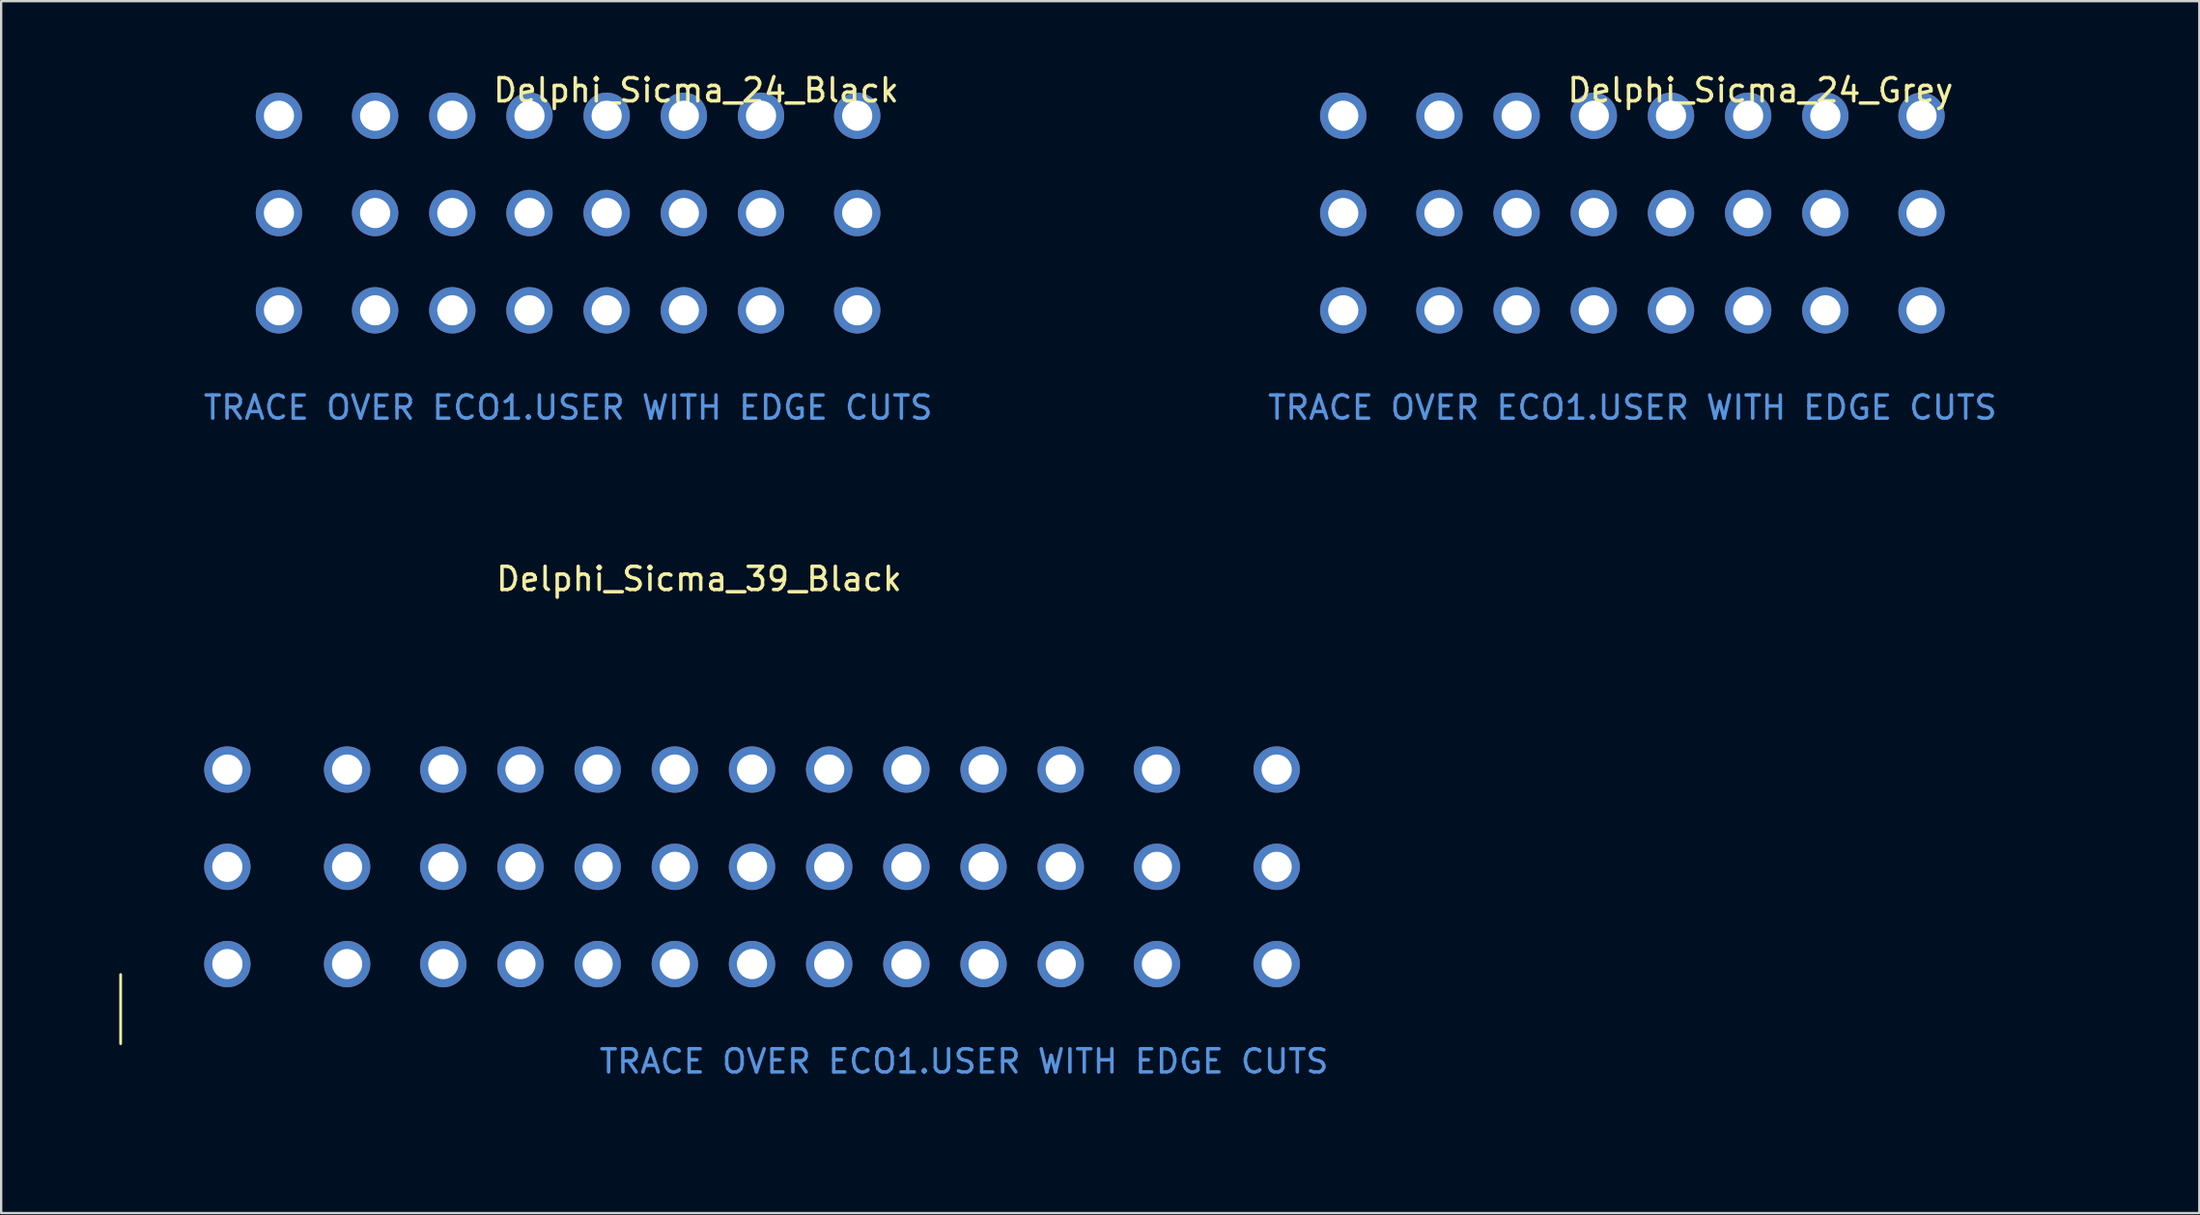
<source format=kicad_pcb>
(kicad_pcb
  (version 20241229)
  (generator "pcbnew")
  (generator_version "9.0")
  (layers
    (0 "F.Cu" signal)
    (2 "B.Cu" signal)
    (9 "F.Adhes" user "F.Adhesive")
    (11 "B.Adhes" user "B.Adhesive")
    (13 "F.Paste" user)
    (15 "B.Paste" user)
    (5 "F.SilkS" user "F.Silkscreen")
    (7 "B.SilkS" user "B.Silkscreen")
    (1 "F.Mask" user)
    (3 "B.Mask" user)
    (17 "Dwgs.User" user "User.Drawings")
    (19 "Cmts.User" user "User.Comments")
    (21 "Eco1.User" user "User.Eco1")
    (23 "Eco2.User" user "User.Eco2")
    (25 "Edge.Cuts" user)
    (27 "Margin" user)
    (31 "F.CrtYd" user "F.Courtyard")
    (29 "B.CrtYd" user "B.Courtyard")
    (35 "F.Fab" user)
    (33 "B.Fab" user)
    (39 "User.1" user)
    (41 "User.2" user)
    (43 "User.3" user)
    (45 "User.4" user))
  (footprint "Delphi_Sicma_39_Black"
    (layer "F.Cu")
    (at 38.541 46.077)
    (property "Reference" "Delphi_Sicma_39_Black" (at -11.43 -24.13 0) (layer "F.SilkS") (effects (font (size 1 1) (thickness 0.15))))
    (attr through_hole)
    (fp_line (start -36.386 -7.048) (end -36.386 -4.064) (stroke (width 0.12) (type solid)) (layer "F.SilkS"))
    (fp_line (start -38.481 -12.418) (end -38.481 -7.418) (stroke (width 0.12) (type solid)) (layer "Eco1.User"))
    (fp_line (start -38.481 -7.418) (end -36.282 -7.418) (stroke (width 0.12) (type solid)) (layer "Eco1.User"))
    (fp_line (start -36.282 -12.418) (end -38.481 -12.418) (stroke (width 0.12) (type solid)) (layer "Eco1.User"))
    (fp_line (start -36.282 -7.418) (end -36.282 -12.418) (stroke (width 0.12) (type solid)) (layer "Eco1.User"))
    (fp_line (start -21.4 0) (end -17 0) (stroke (width 0.12) (type solid)) (layer "Eco1.User"))
    (fp_line (start -17 -2.2) (end -17 0) (stroke (width 0.12) (type solid)) (layer "Eco1.User"))
    (fp_line (start -15 -2.2) (end -17 -2.2) (stroke (width 0.12) (type solid)) (layer "Eco1.User"))
    (fp_line (start -15 0) (end -15 -2.2) (stroke (width 0.12) (type solid)) (layer "Eco1.User"))
    (fp_line (start -15 0) (end 21.4 0) (stroke (width 0.12) (type solid)) (layer "Eco1.User"))
    (fp_line (start 19.327 -11.235) (end 19.327 -7.735) (stroke (width 0.12) (type solid)) (layer "Eco1.User"))
    (fp_line (start 19.327 -7.735) (end 21.527 -7.735) (stroke (width 0.12) (type solid)) (layer "Eco1.User"))
    (fp_line (start 21.527 -11.235) (end 19.327 -11.235) (stroke (width 0.12) (type solid)) (layer "Eco1.User"))
    (fp_line (start 21.527 -7.735) (end 21.527 -11.235) (stroke (width 0.12) (type solid)) (layer "Eco1.User"))
    (fp_text user "TRACE OVER ECO1.USER WITH EDGE CUTS" (at 0 -3.3 0) (layer "Cmts.User") (effects (font (size 1 1) (thickness 0.15))))
    (pad "A1" thru_hole circle (at 13.491 -15.9) (size 2 2) (drill 1.3) (layers "*.Cu" "*.Mask"))
    (pad "A2" thru_hole circle (at 8.325 -15.9) (size 2 2) (drill 1.3) (layers "*.Cu" "*.Mask"))
    (pad "A3" thru_hole circle (at 4.175 -15.9) (size 2 2) (drill 1.3) (layers "*.Cu" "*.Mask"))
    (pad "A4" thru_hole circle (at 0.845 -15.9) (size 2 2) (drill 1.3) (layers "*.Cu" "*.Mask"))
    (pad "A5" thru_hole circle (at -2.485 -15.9) (size 2 2) (drill 1.3) (layers "*.Cu" "*.Mask"))
    (pad "A6" thru_hole circle (at -5.815 -15.9) (size 2 2) (drill 1.3) (layers "*.Cu" "*.Mask"))
    (pad "A7" thru_hole circle (at -9.145 -15.9) (size 2 2) (drill 1.3) (layers "*.Cu" "*.Mask"))
    (pad "A8" thru_hole circle (at -12.475 -15.9) (size 2 2) (drill 1.3) (layers "*.Cu" "*.Mask"))
    (pad "A9" thru_hole circle (at -15.805 -15.9) (size 2 2) (drill 1.3) (layers "*.Cu" "*.Mask"))
    (pad "A10" thru_hole circle (at -19.135 -15.9) (size 2 2) (drill 1.3) (layers "*.Cu" "*.Mask"))
    (pad "A11" thru_hole circle (at -22.465 -15.9) (size 2 2) (drill 1.3) (layers "*.Cu" "*.Mask"))
    (pad "A12" thru_hole circle (at -26.615 -15.9) (size 2 2) (drill 1.3) (layers "*.Cu" "*.Mask"))
    (pad "A13" thru_hole circle (at -31.781 -15.9) (size 2 2) (drill 1.3) (layers "*.Cu" "*.Mask"))
    (pad "B1" thru_hole circle (at 13.491 -11.7) (size 2 2) (drill 1.3) (layers "*.Cu" "*.Mask"))
    (pad "B2" thru_hole circle (at 8.325 -11.7) (size 2 2) (drill 1.3) (layers "*.Cu" "*.Mask"))
    (pad "B3" thru_hole circle (at 4.175 -11.7) (size 2 2) (drill 1.3) (layers "*.Cu" "*.Mask"))
    (pad "B4" thru_hole circle (at 0.845 -11.7) (size 2 2) (drill 1.3) (layers "*.Cu" "*.Mask"))
    (pad "B5" thru_hole circle (at -2.485 -11.7) (size 2 2) (drill 1.3) (layers "*.Cu" "*.Mask"))
    (pad "B6" thru_hole circle (at -5.815 -11.7) (size 2 2) (drill 1.3) (layers "*.Cu" "*.Mask"))
    (pad "B7" thru_hole circle (at -9.145 -11.7) (size 2 2) (drill 1.3) (layers "*.Cu" "*.Mask"))
    (pad "B8" thru_hole circle (at -12.475 -11.7) (size 2 2) (drill 1.3) (layers "*.Cu" "*.Mask"))
    (pad "B9" thru_hole circle (at -15.805 -11.7) (size 2 2) (drill 1.3) (layers "*.Cu" "*.Mask"))
    (pad "B10" thru_hole circle (at -19.135 -11.7) (size 2 2) (drill 1.3) (layers "*.Cu" "*.Mask"))
    (pad "B11" thru_hole circle (at -22.465 -11.7) (size 2 2) (drill 1.3) (layers "*.Cu" "*.Mask"))
    (pad "B12" thru_hole circle (at -26.615 -11.7) (size 2 2) (drill 1.3) (layers "*.Cu" "*.Mask"))
    (pad "B13" thru_hole circle (at -31.781 -11.7) (size 2 2) (drill 1.3) (layers "*.Cu" "*.Mask"))
    (pad "C1" thru_hole circle (at 13.491 -7.5) (size 2 2) (drill 1.3) (layers "*.Cu" "*.Mask"))
    (pad "C2" thru_hole circle (at 8.325 -7.5) (size 2 2) (drill 1.3) (layers "*.Cu" "*.Mask"))
    (pad "C3" thru_hole circle (at 4.175 -7.5) (size 2 2) (drill 1.3) (layers "*.Cu" "*.Mask"))
    (pad "C4" thru_hole circle (at 0.845 -7.5) (size 2 2) (drill 1.3) (layers "*.Cu" "*.Mask"))
    (pad "C5" thru_hole circle (at -2.485 -7.5) (size 2 2) (drill 1.3) (layers "*.Cu" "*.Mask"))
    (pad "C6" thru_hole circle (at -5.815 -7.5) (size 2 2) (drill 1.3) (layers "*.Cu" "*.Mask"))
    (pad "C7" thru_hole circle (at -9.145 -7.5) (size 2 2) (drill 1.3) (layers "*.Cu" "*.Mask"))
    (pad "C8" thru_hole circle (at -12.475 -7.5) (size 2 2) (drill 1.3) (layers "*.Cu" "*.Mask"))
    (pad "C9" thru_hole circle (at -15.805 -7.5) (size 2 2) (drill 1.3) (layers "*.Cu" "*.Mask"))
    (pad "C10" thru_hole circle (at -19.135 -7.5) (size 2 2) (drill 1.3) (layers "*.Cu" "*.Mask"))
    (pad "C11" thru_hole circle (at -22.465 -7.5) (size 2 2) (drill 1.3) (layers "*.Cu" "*.Mask"))
    (pad "C12" thru_hole circle (at -26.615 -7.5) (size 2 2) (drill 1.3) (layers "*.Cu" "*.Mask"))
    (pad "C13" thru_hole circle (at -31.781 -7.5) (size 2 2) (drill 1.3) (layers "*.Cu" "*.Mask")))
  (footprint "Delphi_Sicma_24_Grey"
    (layer "F.Cu")
    (at 67.38 17.848)
    (property "Reference" "Delphi_Sicma_24_Grey" (at 5.525 -17 0) (layer "F.SilkS") (effects (font (size 1 1) (thickness 0.15))))
    (attr through_hole)
    (fp_line (start -21.4 -10.6) (end -21.4 -7.1) (stroke (width 0.12) (type solid)) (layer "Eco1.User"))
    (fp_line (start -21.4 -7.1) (end -19.2 -7.1) (stroke (width 0.12) (type solid)) (layer "Eco1.User"))
    (fp_line (start -19.2 -10.6) (end -21.4 -10.6) (stroke (width 0.12) (type solid)) (layer "Eco1.User"))
    (fp_line (start -19.2 -7.1) (end -19.2 -10.6) (stroke (width 0.12) (type solid)) (layer "Eco1.User"))
    (fp_line (start 15 -2.2) (end 17 -2.2) (stroke (width 0.12) (type solid)) (layer "Eco1.User"))
    (fp_line (start 15 0) (end -21.4 0) (stroke (width 0.12) (type solid)) (layer "Eco1.User"))
    (fp_line (start 15 0) (end 15 -2.2) (stroke (width 0.12) (type solid)) (layer "Eco1.User"))
    (fp_line (start 17 -2.2) (end 17 0) (stroke (width 0.12) (type solid)) (layer "Eco1.User"))
    (fp_line (start 19.2 -12.1) (end 19.2 -7.1) (stroke (width 0.12) (type solid)) (layer "Eco1.User"))
    (fp_line (start 19.2 -7.1) (end 21.4 -7.1) (stroke (width 0.12) (type solid)) (layer "Eco1.User"))
    (fp_line (start 21.4 -12.1) (end 19.2 -12.1) (stroke (width 0.12) (type solid)) (layer "Eco1.User"))
    (fp_line (start 21.4 -7.1) (end 21.4 -12.1) (stroke (width 0.12) (type solid)) (layer "Eco1.User"))
    (fp_line (start 21.4 0) (end 17 0) (stroke (width 0.12) (type solid)) (layer "Eco1.User"))
    (fp_text user "TRACE OVER ECO1.USER WITH EDGE CUTS" (at 0 -3.3 0) (layer "Cmts.User") (effects (font (size 1 1) (thickness 0.15))))
    (pad "A1" thru_hole circle (at 12.475 -15.9) (size 2 2) (drill 1.3) (layers "*.Cu" "*.Mask"))
    (pad "A2" thru_hole circle (at 8.325 -15.9) (size 2 2) (drill 1.3) (layers "*.Cu" "*.Mask"))
    (pad "A3" thru_hole circle (at 4.995 -15.9) (size 2 2) (drill 1.3) (layers "*.Cu" "*.Mask"))
    (pad "A4" thru_hole circle (at 1.665 -15.9) (size 2 2) (drill 1.3) (layers "*.Cu" "*.Mask"))
    (pad "A5" thru_hole circle (at -1.665 -15.9) (size 2 2) (drill 1.3) (layers "*.Cu" "*.Mask"))
    (pad "A6" thru_hole circle (at -4.995 -15.9) (size 2 2) (drill 1.3) (layers "*.Cu" "*.Mask"))
    (pad "A7" thru_hole circle (at -8.325 -15.9) (size 2 2) (drill 1.3) (layers "*.Cu" "*.Mask"))
    (pad "A8" thru_hole circle (at -12.475 -15.9) (size 2 2) (drill 1.3) (layers "*.Cu" "*.Mask"))
    (pad "B1" thru_hole circle (at 12.475 -11.7) (size 2 2) (drill 1.3) (layers "*.Cu" "*.Mask"))
    (pad "B2" thru_hole circle (at 8.325 -11.7) (size 2 2) (drill 1.3) (layers "*.Cu" "*.Mask"))
    (pad "B3" thru_hole circle (at 4.995 -11.7) (size 2 2) (drill 1.3) (layers "*.Cu" "*.Mask"))
    (pad "B4" thru_hole circle (at 1.665 -11.7) (size 2 2) (drill 1.3) (layers "*.Cu" "*.Mask"))
    (pad "B5" thru_hole circle (at -1.665 -11.7) (size 2 2) (drill 1.3) (layers "*.Cu" "*.Mask"))
    (pad "B6" thru_hole circle (at -4.995 -11.7) (size 2 2) (drill 1.3) (layers "*.Cu" "*.Mask"))
    (pad "B7" thru_hole circle (at -8.325 -11.7) (size 2 2) (drill 1.3) (layers "*.Cu" "*.Mask"))
    (pad "B8" thru_hole circle (at -12.475 -11.7) (size 2 2) (drill 1.3) (layers "*.Cu" "*.Mask"))
    (pad "C1" thru_hole circle (at 12.475 -7.5) (size 2 2) (drill 1.3) (layers "*.Cu" "*.Mask"))
    (pad "C2" thru_hole circle (at 8.325 -7.5) (size 2 2) (drill 1.3) (layers "*.Cu" "*.Mask"))
    (pad "C3" thru_hole circle (at 4.995 -7.5) (size 2 2) (drill 1.3) (layers "*.Cu" "*.Mask"))
    (pad "C4" thru_hole circle (at 1.665 -7.5) (size 2 2) (drill 1.3) (layers "*.Cu" "*.Mask"))
    (pad "C5" thru_hole circle (at -1.665 -7.5) (size 2 2) (drill 1.3) (layers "*.Cu" "*.Mask"))
    (pad "C6" thru_hole circle (at -4.995 -7.5) (size 2 2) (drill 1.3) (layers "*.Cu" "*.Mask"))
    (pad "C7" thru_hole circle (at -8.325 -7.5) (size 2 2) (drill 1.3) (layers "*.Cu" "*.Mask"))
    (pad "C8" thru_hole circle (at -12.475 -7.5) (size 2 2) (drill 1.3) (layers "*.Cu" "*.Mask")))
  (footprint "Delphi_Sicma_24_Black"
    (layer "F.Cu")
    (at 21.46 17.848)
    (property "Reference" "Delphi_Sicma_24_Black" (at 5.525 -17 0) (layer "F.SilkS") (effects (font (size 1 1) (thickness 0.15))))
    (attr through_hole)
    (fp_line (start -21.4 -12.1) (end -21.4 -7.1) (stroke (width 0.12) (type solid)) (layer "Eco1.User"))
    (fp_line (start -21.4 -7.1) (end -19.2 -7.1) (stroke (width 0.12) (type solid)) (layer "Eco1.User"))
    (fp_line (start -21.4 0) (end -17 0) (stroke (width 0.12) (type solid)) (layer "Eco1.User"))
    (fp_line (start -19.2 -12.1) (end -21.4 -12.1) (stroke (width 0.12) (type solid)) (layer "Eco1.User"))
    (fp_line (start -19.2 -7.1) (end -19.2 -12.1) (stroke (width 0.12) (type solid)) (layer "Eco1.User"))
    (fp_line (start -17 -2.2) (end -17 0) (stroke (width 0.12) (type solid)) (layer "Eco1.User"))
    (fp_line (start -15 -2.2) (end -17 -2.2) (stroke (width 0.12) (type solid)) (layer "Eco1.User"))
    (fp_line (start -15 0) (end -15 -2.2) (stroke (width 0.12) (type solid)) (layer "Eco1.User"))
    (fp_line (start -15 0) (end 21.4 0) (stroke (width 0.12) (type solid)) (layer "Eco1.User"))
    (fp_line (start 19.2 -10.6) (end 19.2 -7.1) (stroke (width 0.12) (type solid)) (layer "Eco1.User"))
    (fp_line (start 19.2 -7.1) (end 21.4 -7.1) (stroke (width 0.12) (type solid)) (layer "Eco1.User"))
    (fp_line (start 21.4 -10.6) (end 19.2 -10.6) (stroke (width 0.12) (type solid)) (layer "Eco1.User"))
    (fp_line (start 21.4 -7.1) (end 21.4 -10.6) (stroke (width 0.12) (type solid)) (layer "Eco1.User"))
    (fp_text user "TRACE OVER ECO1.USER WITH EDGE CUTS" (at 0 -3.3 0) (layer "Cmts.User") (effects (font (size 1 1) (thickness 0.15))))
    (pad "A1" thru_hole circle (at 12.475 -15.9) (size 2 2) (drill 1.3) (layers "*.Cu" "*.Mask"))
    (pad "A2" thru_hole circle (at 8.325 -15.9) (size 2 2) (drill 1.3) (layers "*.Cu" "*.Mask"))
    (pad "A3" thru_hole circle (at 4.995 -15.9) (size 2 2) (drill 1.3) (layers "*.Cu" "*.Mask"))
    (pad "A4" thru_hole circle (at 1.665 -15.9) (size 2 2) (drill 1.3) (layers "*.Cu" "*.Mask"))
    (pad "A5" thru_hole circle (at -1.665 -15.9) (size 2 2) (drill 1.3) (layers "*.Cu" "*.Mask"))
    (pad "A6" thru_hole circle (at -4.995 -15.9) (size 2 2) (drill 1.3) (layers "*.Cu" "*.Mask"))
    (pad "A7" thru_hole circle (at -8.325 -15.9) (size 2 2) (drill 1.3) (layers "*.Cu" "*.Mask"))
    (pad "A8" thru_hole circle (at -12.475 -15.9) (size 2 2) (drill 1.3) (layers "*.Cu" "*.Mask"))
    (pad "B1" thru_hole circle (at 12.475 -11.7) (size 2 2) (drill 1.3) (layers "*.Cu" "*.Mask"))
    (pad "B2" thru_hole circle (at 8.325 -11.7) (size 2 2) (drill 1.3) (layers "*.Cu" "*.Mask"))
    (pad "B3" thru_hole circle (at 4.995 -11.7) (size 2 2) (drill 1.3) (layers "*.Cu" "*.Mask"))
    (pad "B4" thru_hole circle (at 1.665 -11.7) (size 2 2) (drill 1.3) (layers "*.Cu" "*.Mask"))
    (pad "B5" thru_hole circle (at -1.665 -11.7) (size 2 2) (drill 1.3) (layers "*.Cu" "*.Mask"))
    (pad "B6" thru_hole circle (at -4.995 -11.7) (size 2 2) (drill 1.3) (layers "*.Cu" "*.Mask"))
    (pad "B7" thru_hole circle (at -8.325 -11.7) (size 2 2) (drill 1.3) (layers "*.Cu" "*.Mask"))
    (pad "B8" thru_hole circle (at -12.475 -11.7) (size 2 2) (drill 1.3) (layers "*.Cu" "*.Mask"))
    (pad "C1" thru_hole circle (at 12.475 -7.5) (size 2 2) (drill 1.3) (layers "*.Cu" "*.Mask"))
    (pad "C2" thru_hole circle (at 8.325 -7.5) (size 2 2) (drill 1.3) (layers "*.Cu" "*.Mask"))
    (pad "C3" thru_hole circle (at 4.995 -7.5) (size 2 2) (drill 1.3) (layers "*.Cu" "*.Mask"))
    (pad "C4" thru_hole circle (at 1.665 -7.5) (size 2 2) (drill 1.3) (layers "*.Cu" "*.Mask"))
    (pad "C5" thru_hole circle (at -1.665 -7.5) (size 2 2) (drill 1.3) (layers "*.Cu" "*.Mask"))
    (pad "C6" thru_hole circle (at -4.995 -7.5) (size 2 2) (drill 1.3) (layers "*.Cu" "*.Mask"))
    (pad "C7" thru_hole circle (at -8.325 -7.5) (size 2 2) (drill 1.3) (layers "*.Cu" "*.Mask"))
    (pad "C8" thru_hole circle (at -12.475 -7.5) (size 2 2) (drill 1.3) (layers "*.Cu" "*.Mask")))
  (gr_rect
    (start -3 -3)
    (end 91.84 49.327)
    (stroke (width 0.1) (type default))
    (fill no)
    (layer "Edge.Cuts")))
</source>
